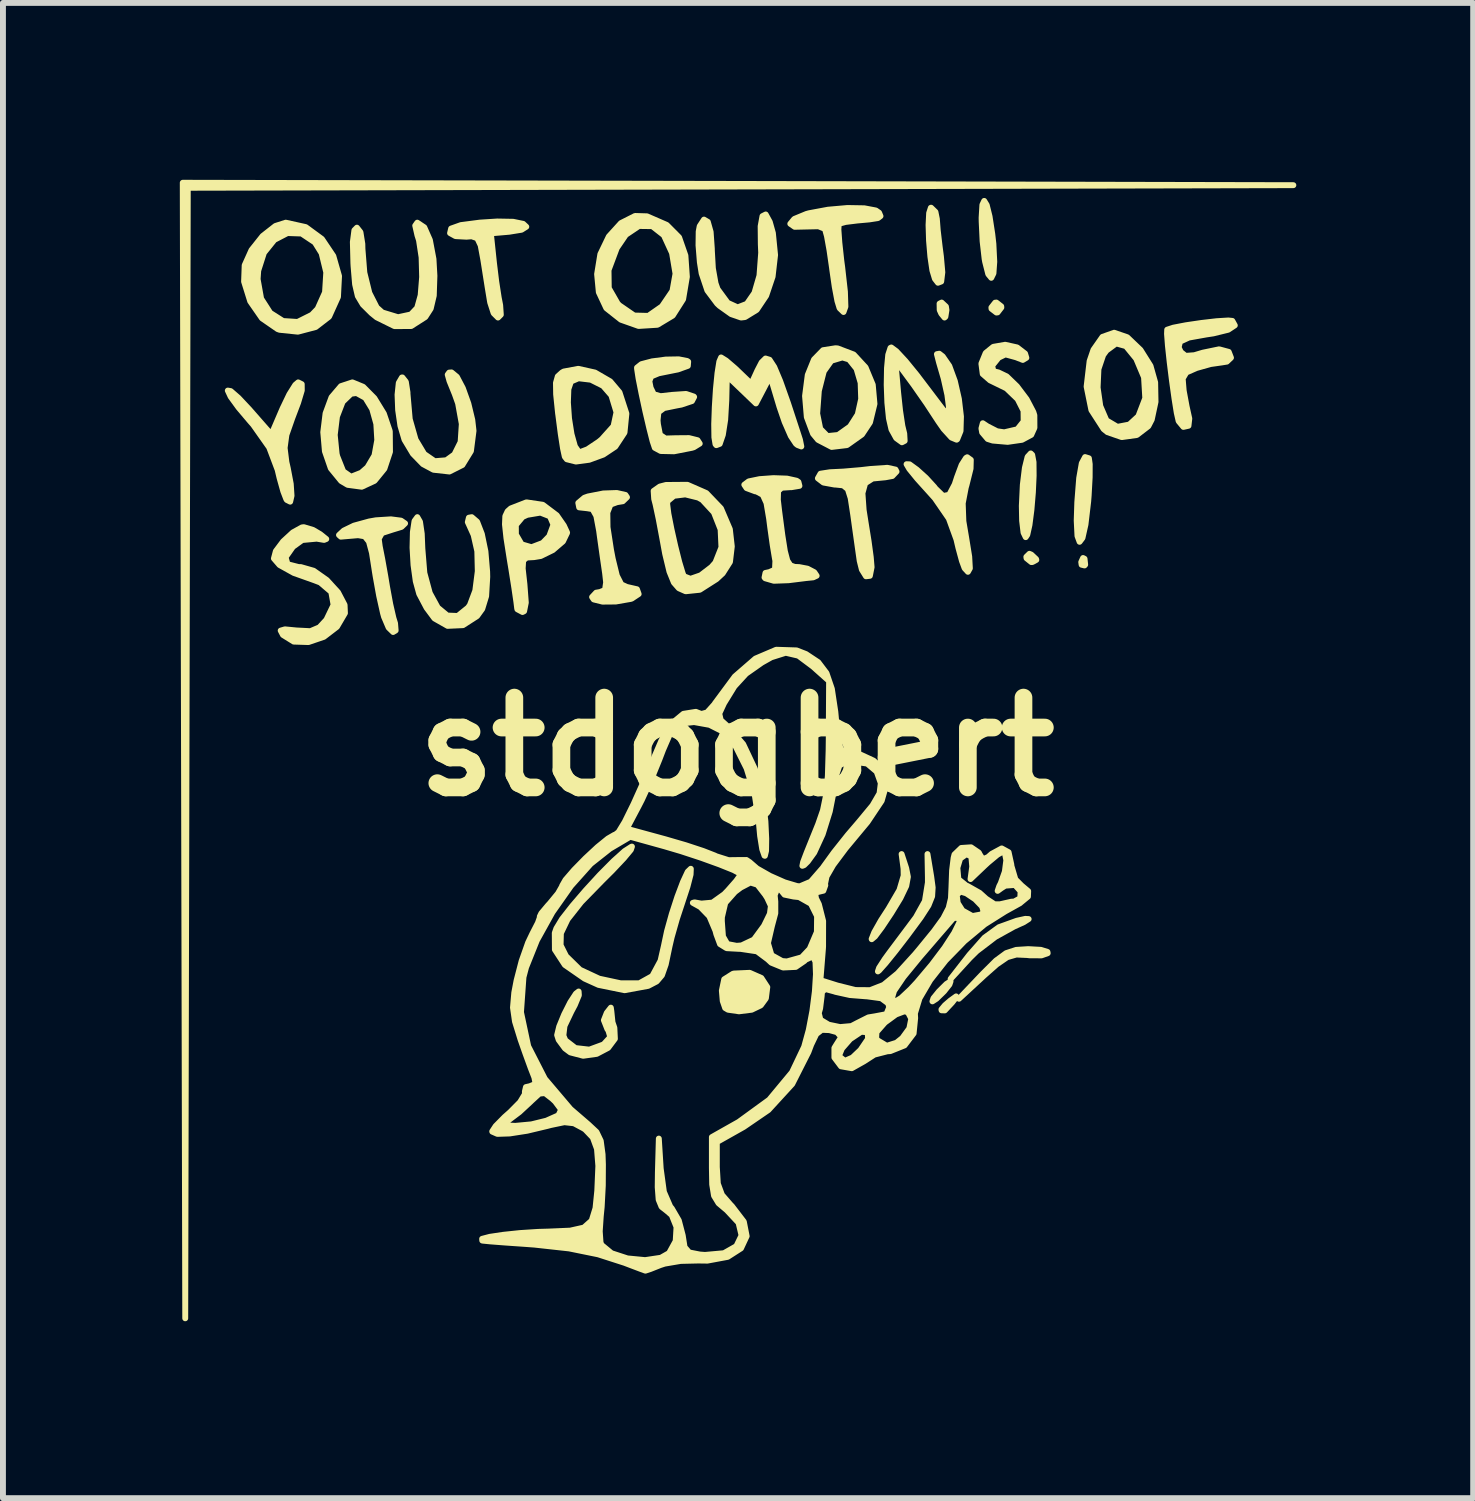
<source format=kicad_pcb>
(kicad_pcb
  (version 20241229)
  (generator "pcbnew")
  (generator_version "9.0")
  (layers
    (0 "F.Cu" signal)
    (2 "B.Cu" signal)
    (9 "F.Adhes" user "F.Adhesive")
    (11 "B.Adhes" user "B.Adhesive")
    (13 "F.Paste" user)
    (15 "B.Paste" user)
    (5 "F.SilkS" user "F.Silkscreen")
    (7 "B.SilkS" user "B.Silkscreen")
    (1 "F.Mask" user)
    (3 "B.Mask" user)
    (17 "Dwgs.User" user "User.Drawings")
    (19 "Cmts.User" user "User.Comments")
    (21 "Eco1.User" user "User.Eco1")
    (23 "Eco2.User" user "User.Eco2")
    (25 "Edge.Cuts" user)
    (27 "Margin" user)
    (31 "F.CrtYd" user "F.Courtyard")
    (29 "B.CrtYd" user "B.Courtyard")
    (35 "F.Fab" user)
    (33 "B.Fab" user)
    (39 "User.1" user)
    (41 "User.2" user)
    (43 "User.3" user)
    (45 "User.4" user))
  (footprint "stdogbert"
    (layer "F.Cu")
    (at 9.448 9.617)
    (property "Reference" "stdogbert" (at 0 0 0) (layer "F.SilkS") (effects (font (size 1.524 1.524) (thickness 0.3))))
    (attr through_hole)
    (fp_poly (pts (xy 5.909 -3.089) (xy 5.898 -3.076) (xy 5.848 -3.088) (xy 5.842 -3.133) (xy 5.873 -3.202) (xy 5.898 -3.189) (xy 5.909 -3.089)) (stroke (width 0.1) (type solid)) (fill yes) (layer "F.SilkS"))
    (fp_poly (pts (xy 3.556 -7.408) (xy 3.538 -7.295) (xy 3.523 -7.281) (xy 3.468 -7.348) (xy 3.441 -7.408) (xy 3.439 -7.517) (xy 3.474 -7.535) (xy 3.547 -7.467) (xy 3.556 -7.408)) (stroke (width 0.1) (type solid)) (fill yes) (layer "F.SilkS"))
    (fp_poly (pts (xy 3.625 3.979) (xy 3.607 4.032) (xy 3.514 4.149) (xy 3.386 4.274) (xy 3.318 4.318) (xy 3.335 4.265) (xy 3.429 4.149) (xy 3.556 4.023) (xy 3.625 3.979)) (stroke (width 0.1) (type solid)) (fill yes) (layer "F.SilkS"))
    (fp_poly (pts (xy 3.72 4.234) (xy 3.699 4.278) (xy 3.651 4.339) (xy 3.528 4.471) (xy 3.473 4.47) (xy 3.471 4.455) (xy 3.529 4.385) (xy 3.619 4.307) (xy 3.72 4.234)) (stroke (width 0.1) (type solid)) (fill yes) (layer "F.SilkS"))
    (fp_poly (pts (xy 4.487 -7.451) (xy 4.423 -7.368) (xy 4.403 -7.366) (xy 4.32 -7.43) (xy 4.318 -7.451) (xy 4.382 -7.533) (xy 4.403 -7.535) (xy 4.485 -7.471) (xy 4.487 -7.451)) (stroke (width 0.1) (type solid)) (fill yes) (layer "F.SilkS"))
    (fp_poly (pts (xy 5.08 -3.17) (xy 5.014 -3.134) (xy 4.995 -3.133) (xy 4.914 -3.198) (xy 4.911 -3.222) (xy 4.963 -3.273) (xy 4.995 -3.26) (xy 5.076 -3.184) (xy 5.08 -3.17)) (stroke (width 0.1) (type solid)) (fill yes) (layer "F.SilkS"))
    (fp_poly (pts (xy 9.44 -9.526) (xy 0.064 -9.504) (xy -9.313 -9.482) (xy -9.335 0.106) (xy -9.356 9.694) (xy -9.377 0.064) (xy -9.398 -9.567) (xy 0.021 -9.547) (xy 9.44 -9.526)) (stroke (width 0.1) (type solid)) (fill yes) (layer "F.SilkS"))
    (fp_poly (pts (xy 4.95 2.922) (xy 4.867 2.975) (xy 4.699 3.051) (xy 4.384 3.226) (xy 4.071 3.465) (xy 3.951 3.583) (xy 3.627 3.937) (xy 3.947 3.526) (xy 4.201 3.238) (xy 4.446 3.06) (xy 4.748 2.951) (xy 4.893 2.919) (xy 4.95 2.922)) (stroke (width 0.1) (type solid)) (fill yes) (layer "F.SilkS"))
    (fp_poly (pts (xy 0.517 4.076) (xy 0.493 4.267) (xy 0.406 4.386) (xy 0.252 4.46) (xy 0.037 4.487) (xy -0.149 4.46) (xy -0.198 4.431) (xy -0.239 4.312) (xy -0.254 4.136) (xy -0.214 3.944) (xy -0.067 3.851) (xy -0.048 3.846) (xy 0.219 3.834) (xy 0.416 3.921) (xy 0.517 4.076)) (stroke (width 0.1) (type solid)) (fill yes) (layer "F.SilkS"))
    (fp_poly (pts (xy 5.986 -4.794) (xy 5.985 -4.569) (xy 5.968 -4.261) (xy 5.96 -4.16) (xy 5.914 -3.77) (xy 5.863 -3.542) (xy 5.814 -3.477) (xy 5.778 -3.575) (xy 5.765 -3.837) (xy 5.775 -4.149) (xy 5.807 -4.558) (xy 5.851 -4.809) (xy 5.907 -4.914) (xy 5.972 -4.894) (xy 5.986 -4.794)) (stroke (width 0.1) (type solid)) (fill yes) (layer "F.SilkS"))
    (fp_poly (pts (xy 4.367 -8.227) (xy 4.353 -8.03) (xy 4.316 -7.955) (xy 4.265 -8.017) (xy 4.211 -8.23) (xy 4.203 -8.276) (xy 4.169 -8.574) (xy 4.153 -8.908) (xy 4.152 -8.975) (xy 4.165 -9.193) (xy 4.196 -9.259) (xy 4.239 -9.189) (xy 4.287 -8.996) (xy 4.333 -8.698) (xy 4.352 -8.53) (xy 4.367 -8.227)) (stroke (width 0.1) (type solid)) (fill yes) (layer "F.SilkS"))
    (fp_poly (pts (xy 5.035 -4.599) (xy 5.022 -4.313) (xy 4.997 -4.018) (xy 4.964 -3.763) (xy 4.927 -3.596) (xy 4.9 -3.556) (xy 4.863 -3.633) (xy 4.839 -3.834) (xy 4.834 -4.085) (xy 4.851 -4.444) (xy 4.886 -4.731) (xy 4.932 -4.918) (xy 4.985 -4.976) (xy 5.01 -4.952) (xy 5.033 -4.828) (xy 5.035 -4.599)) (stroke (width 0.1) (type solid)) (fill yes) (layer "F.SilkS"))
    (fp_poly (pts (xy 2.902 2.206) (xy 2.874 2.36) (xy 2.775 2.567) (xy 2.62 2.821) (xy 2.461 3.06) (xy 2.343 3.218) (xy 2.288 3.264) (xy 2.287 3.259) (xy 2.331 3.147) (xy 2.445 2.945) (xy 2.574 2.746) (xy 2.758 2.43) (xy 2.83 2.186) (xy 2.828 2.069) (xy 2.795 1.82) (xy 2.873 2.059) (xy 2.902 2.206)) (stroke (width 0.1) (type solid)) (fill yes) (layer "F.SilkS"))
    (fp_poly (pts (xy 3.486 -8.048) (xy 3.467 -7.892) (xy 3.412 -7.871) (xy 3.36 -7.938) (xy 3.317 -8.08) (xy 3.283 -8.314) (xy 3.26 -8.587) (xy 3.252 -8.85) (xy 3.262 -9.053) (xy 3.291 -9.143) (xy 3.295 -9.144) (xy 3.369 -9.072) (xy 3.393 -8.954) (xy 3.408 -8.76) (xy 3.441 -8.48) (xy 3.462 -8.319) (xy 3.486 -8.048)) (stroke (width 0.1) (type solid)) (fill yes) (layer "F.SilkS"))
    (fp_poly (pts (xy 5.273 3.501) (xy 5.169 3.538) (xy 4.967 3.537) (xy 4.922 3.532) (xy 4.741 3.524) (xy 4.586 3.569) (xy 4.407 3.692) (xy 4.191 3.883) (xy 3.768 4.274) (xy 4.168 3.854) (xy 4.396 3.627) (xy 4.569 3.5) (xy 4.738 3.445) (xy 4.943 3.432) (xy 5.157 3.444) (xy 5.269 3.479) (xy 5.273 3.501)) (stroke (width 0.1) (type solid)) (fill yes) (layer "F.SilkS"))
    (fp_poly (pts (xy 3.322 2.387) (xy 3.313 2.536) (xy 3.251 2.691) (xy 3.12 2.894) (xy 2.903 3.188) (xy 2.898 3.195) (xy 2.69 3.465) (xy 2.52 3.675) (xy 2.414 3.794) (xy 2.393 3.81) (xy 2.413 3.75) (xy 2.512 3.597) (xy 2.588 3.493) (xy 2.791 3.222) (xy 2.995 2.949) (xy 3.037 2.893) (xy 3.19 2.618) (xy 3.241 2.303) (xy 3.241 2.215) (xy 3.234 1.82) (xy 3.297 2.2) (xy 3.322 2.387)) (stroke (width 0.1) (type solid)) (fill yes) (layer "F.SilkS"))
    (fp_poly (pts (xy -3.571 -8.821) (xy -3.652 -8.77) (xy -3.862 -8.736) (xy -4.172 -8.709) (xy -4.119 -8.205) (xy -4.081 -7.892) (xy -4.039 -7.619) (xy -4.014 -7.491) (xy -4.003 -7.329) (xy -4.051 -7.281) (xy -4.125 -7.355) (xy -4.183 -7.535) (xy -4.187 -7.556) (xy -4.229 -7.811) (xy -4.279 -8.128) (xy -4.299 -8.255) (xy -4.345 -8.505) (xy -4.402 -8.626) (xy -4.497 -8.659) (xy -4.587 -8.652) (xy -4.772 -8.662) (xy -4.864 -8.713) (xy -4.846 -8.79) (xy -4.68 -8.849) (xy -4.358 -8.891) (xy -4.064 -8.91) (xy -3.794 -8.905) (xy -3.624 -8.87) (xy -3.571 -8.821)) (stroke (width 0.1) (type solid)) (fill yes) (layer "F.SilkS"))
    (fp_poly (pts (xy -7.379 -6.045) (xy -7.442 -5.835) (xy -7.54 -5.576) (xy -7.64 -5.29) (xy -7.67 -5.069) (xy -7.64 -4.828) (xy -7.617 -4.728) (xy -7.566 -4.459) (xy -7.553 -4.258) (xy -7.576 -4.158) (xy -7.633 -4.187) (xy -7.643 -4.203) (xy -7.693 -4.333) (xy -7.757 -4.563) (xy -7.789 -4.698) (xy -7.932 -5.078) (xy -8.202 -5.461) (xy -8.258 -5.525) (xy -8.45 -5.752) (xy -8.586 -5.939) (xy -8.634 -6.042) (xy -8.584 -6.033) (xy -8.453 -5.919) (xy -8.27 -5.724) (xy -8.264 -5.717) (xy -7.895 -5.296) (xy -7.705 -5.738) (xy -7.59 -5.978) (xy -7.489 -6.139) (xy -7.44 -6.181) (xy -7.38 -6.151) (xy -7.379 -6.045)) (stroke (width 0.1) (type solid)) (fill yes) (layer "F.SilkS"))
    (fp_poly (pts (xy -2.068 4.953) (xy -2.183 5.107) (xy -2.377 5.209) (xy -2.606 5.241) (xy -2.824 5.184) (xy -2.915 5.116) (xy -3.022 4.971) (xy -3.048 4.89) (xy -3.013 4.745) (xy -2.929 4.54) (xy -2.825 4.334) (xy -2.729 4.187) (xy -2.683 4.151) (xy -2.679 4.214) (xy -2.747 4.379) (xy -2.807 4.492) (xy -2.923 4.736) (xy -2.942 4.898) (xy -2.909 4.978) (xy -2.738 5.11) (xy -2.501 5.137) (xy -2.27 5.052) (xy -2.252 5.04) (xy -2.146 4.924) (xy -2.179 4.811) (xy -2.195 4.791) (xy -2.255 4.638) (xy -2.206 4.513) (xy -2.137 4.425) (xy -2.128 4.487) (xy -2.109 4.672) (xy -2.077 4.766) (xy -2.068 4.953)) (stroke (width 0.1) (type solid)) (fill yes) (layer "F.SilkS"))
    (fp_poly (pts (xy 3.969 -4.867) (xy 3.965 -4.718) (xy 3.896 -4.441) (xy 3.883 -4.396) (xy 3.832 -4.13) (xy 3.843 -3.826) (xy 3.889 -3.553) (xy 3.942 -3.226) (xy 3.953 -3.027) (xy 3.92 -2.968) (xy 3.864 -3.029) (xy 3.819 -3.151) (xy 3.758 -3.376) (xy 3.725 -3.517) (xy 3.596 -3.872) (xy 3.36 -4.215) (xy 3.256 -4.331) (xy 3.062 -4.546) (xy 2.926 -4.713) (xy 2.879 -4.793) (xy 2.93 -4.791) (xy 3.054 -4.701) (xy 3.208 -4.562) (xy 3.348 -4.409) (xy 3.369 -4.381) (xy 3.5 -4.254) (xy 3.603 -4.275) (xy 3.696 -4.452) (xy 3.735 -4.572) (xy 3.813 -4.782) (xy 3.888 -4.9) (xy 3.908 -4.911) (xy 3.969 -4.867)) (stroke (width 0.1) (type solid)) (fill yes) (layer "F.SilkS"))
    (fp_poly (pts (xy -5.627 -3.789) (xy -5.688 -3.73) (xy -5.839 -3.684) (xy -6.02 -3.625) (xy -6.074 -3.528) (xy -6.057 -3.4) (xy -6.015 -3.187) (xy -5.962 -2.89) (xy -5.932 -2.709) (xy -5.879 -2.421) (xy -5.825 -2.186) (xy -5.797 -2.095) (xy -5.787 -1.973) (xy -5.83 -1.947) (xy -5.906 -2.021) (xy -5.984 -2.204) (xy -6.001 -2.265) (xy -6.067 -2.562) (xy -6.127 -2.895) (xy -6.138 -2.963) (xy -6.189 -3.29) (xy -6.24 -3.481) (xy -6.311 -3.57) (xy -6.424 -3.589) (xy -6.542 -3.579) (xy -6.717 -3.564) (xy -6.748 -3.592) (xy -6.667 -3.667) (xy -6.494 -3.751) (xy -6.235 -3.822) (xy -6.121 -3.842) (xy -5.867 -3.858) (xy -5.695 -3.836) (xy -5.627 -3.789)) (stroke (width 0.1) (type solid)) (fill yes) (layer "F.SilkS"))
    (fp_poly (pts (xy 2.709 -4.668) (xy 2.638 -4.593) (xy 2.519 -4.571) (xy 2.302 -4.55) (xy 2.177 -4.47) (xy 2.131 -4.302) (xy 2.151 -4.017) (xy 2.183 -3.813) (xy 2.235 -3.49) (xy 2.272 -3.216) (xy 2.286 -3.048) (xy 2.286 -3.046) (xy 2.257 -2.9) (xy 2.191 -2.892) (xy 2.121 -3.005) (xy 2.084 -3.154) (xy 2.05 -3.393) (xy 2.005 -3.714) (xy 1.974 -3.937) (xy 1.931 -4.218) (xy 1.883 -4.37) (xy 1.805 -4.434) (xy 1.672 -4.448) (xy 1.657 -4.448) (xy 1.469 -4.482) (xy 1.375 -4.554) (xy 1.419 -4.632) (xy 1.58 -4.657) (xy 1.807 -4.668) (xy 2.11 -4.694) (xy 2.265 -4.712) (xy 2.553 -4.732) (xy 2.692 -4.702) (xy 2.709 -4.668)) (stroke (width 0.1) (type solid)) (fill yes) (layer "F.SilkS"))
    (fp_poly (pts (xy -0.847 -7.971) (xy -0.911 -7.591) (xy -1.04 -7.388) (xy -1.04 -8.024) (xy -1.099 -8.375) (xy -1.238 -8.677) (xy -1.435 -8.831) (xy -1.66 -8.834) (xy -1.883 -8.684) (xy -2.036 -8.459) (xy -2.176 -8.085) (xy -2.172 -7.78) (xy -2.023 -7.52) (xy -1.994 -7.489) (xy -1.741 -7.315) (xy -1.501 -7.309) (xy -1.27 -7.47) (xy -1.092 -7.732) (xy -1.04 -8.024) (xy -1.04 -7.388) (xy -1.087 -7.314) (xy -1.347 -7.158) (xy -1.666 -7.138) (xy -1.966 -7.244) (xy -2.214 -7.44) (xy -2.341 -7.711) (xy -2.37 -8.017) (xy -2.315 -8.356) (xy -2.171 -8.656) (xy -1.965 -8.883) (xy -1.726 -9.004) (xy -1.524 -8.998) (xy -1.189 -8.852) (xy -0.979 -8.641) (xy -0.872 -8.333) (xy -0.847 -7.971)) (stroke (width 0.1) (type solid)) (fill yes) (layer "F.SilkS"))
    (fp_poly (pts (xy 0.649 -8.341) (xy 0.607 -7.975) (xy 0.498 -7.652) (xy 0.337 -7.411) (xy 0.138 -7.289) (xy 0.072 -7.281) (xy -0.096 -7.339) (xy -0.294 -7.48) (xy -0.333 -7.517) (xy -0.5 -7.74) (xy -0.597 -8.03) (xy -0.627 -8.219) (xy -0.65 -8.506) (xy -0.647 -8.739) (xy -0.63 -8.83) (xy -0.557 -8.942) (xy -0.492 -8.904) (xy -0.444 -8.734) (xy -0.424 -8.451) (xy -0.423 -8.414) (xy -0.406 -8.115) (xy -0.361 -7.862) (xy -0.326 -7.763) (xy -0.156 -7.531) (xy 0.014 -7.453) (xy 0.171 -7.514) (xy 0.299 -7.699) (xy 0.384 -7.992) (xy 0.413 -8.38) (xy 0.407 -8.524) (xy 0.404 -8.83) (xy 0.435 -9.001) (xy 0.49 -9.029) (xy 0.559 -8.903) (xy 0.612 -8.714) (xy 0.649 -8.341)) (stroke (width 0.1) (type solid)) (fill yes) (layer "F.SilkS"))
    (fp_poly (pts (xy 2.335 -5.816) (xy 2.259 -5.503) (xy 2.123 -5.298) (xy 2.109 -5.288) (xy 2.109 -5.899) (xy 2.1 -6.174) (xy 2.03 -6.413) (xy 1.904 -6.57) (xy 1.79 -6.604) (xy 1.603 -6.548) (xy 1.475 -6.367) (xy 1.392 -6.04) (xy 1.391 -6.032) (xy 1.363 -5.652) (xy 1.415 -5.394) (xy 1.537 -5.27) (xy 1.719 -5.289) (xy 1.921 -5.433) (xy 2.051 -5.637) (xy 2.109 -5.899) (xy 2.109 -5.288) (xy 1.868 -5.117) (xy 1.608 -5.086) (xy 1.378 -5.206) (xy 1.293 -5.309) (xy 1.187 -5.592) (xy 1.157 -5.95) (xy 1.203 -6.307) (xy 1.309 -6.569) (xy 1.463 -6.727) (xy 1.674 -6.76) (xy 1.711 -6.757) (xy 1.982 -6.654) (xy 2.184 -6.435) (xy 2.306 -6.141) (xy 2.335 -5.816)) (stroke (width 0.1) (type solid)) (fill yes) (layer "F.SilkS"))
    (fp_poly (pts (xy 2.437 -9.001) (xy 2.394 -8.968) (xy 2.246 -8.945) (xy 2.046 -8.927) (xy 1.844 -8.902) (xy 1.732 -8.871) (xy 1.729 -8.869) (xy 1.723 -8.774) (xy 1.739 -8.554) (xy 1.772 -8.249) (xy 1.787 -8.137) (xy 1.834 -7.719) (xy 1.842 -7.465) (xy 1.81 -7.375) (xy 1.743 -7.44) (xy 1.706 -7.561) (xy 1.661 -7.801) (xy 1.617 -8.106) (xy 1.616 -8.117) (xy 1.572 -8.422) (xy 1.529 -8.661) (xy 1.495 -8.784) (xy 1.494 -8.785) (xy 1.385 -8.829) (xy 1.199 -8.825) (xy 0.981 -8.82) (xy 0.907 -8.871) (xy 0.975 -8.953) (xy 1.181 -9.038) (xy 1.224 -9.05) (xy 1.547 -9.11) (xy 1.876 -9.139) (xy 2.162 -9.134) (xy 2.358 -9.097) (xy 2.413 -9.059) (xy 2.437 -9.001)) (stroke (width 0.1) (type solid)) (fill yes) (layer "F.SilkS"))
    (fp_poly (pts (xy 7.102 -5.85) (xy 7.038 -5.55) (xy 6.98 -5.438) (xy 6.928 -5.398) (xy 6.928 -5.913) (xy 6.907 -6.267) (xy 6.774 -6.583) (xy 6.6 -6.796) (xy 6.434 -6.842) (xy 6.27 -6.721) (xy 6.214 -6.644) (xy 6.134 -6.407) (xy 6.12 -6.094) (xy 6.165 -5.78) (xy 6.266 -5.545) (xy 6.276 -5.533) (xy 6.455 -5.427) (xy 6.658 -5.466) (xy 6.811 -5.607) (xy 6.928 -5.913) (xy 6.928 -5.398) (xy 6.784 -5.288) (xy 6.529 -5.253) (xy 6.286 -5.337) (xy 6.222 -5.389) (xy 6.014 -5.711) (xy 5.933 -6.11) (xy 5.984 -6.543) (xy 6.049 -6.734) (xy 6.202 -6.953) (xy 6.4 -7.023) (xy 6.622 -6.947) (xy 6.847 -6.732) (xy 7.017 -6.461) (xy 7.096 -6.181) (xy 7.102 -5.85)) (stroke (width 0.1) (type solid)) (fill yes) (layer "F.SilkS"))
    (fp_poly (pts (xy -5.129 -7.989) (xy -5.14 -7.653) (xy -5.192 -7.433) (xy -5.284 -7.29) (xy -5.523 -7.137) (xy -5.806 -7.135) (xy -6.108 -7.284) (xy -6.197 -7.356) (xy -6.343 -7.501) (xy -6.429 -7.645) (xy -6.475 -7.844) (xy -6.501 -8.151) (xy -6.504 -8.203) (xy -6.513 -8.563) (xy -6.487 -8.761) (xy -6.444 -8.805) (xy -6.384 -8.729) (xy -6.352 -8.53) (xy -6.35 -8.445) (xy -6.318 -8.043) (xy -6.233 -7.698) (xy -6.108 -7.452) (xy -6.013 -7.367) (xy -5.747 -7.286) (xy -5.528 -7.333) (xy -5.422 -7.445) (xy -5.363 -7.658) (xy -5.338 -7.967) (xy -5.347 -8.302) (xy -5.391 -8.591) (xy -5.417 -8.673) (xy -5.455 -8.84) (xy -5.42 -8.89) (xy -5.301 -8.811) (xy -5.206 -8.595) (xy -5.145 -8.273) (xy -5.129 -7.989)) (stroke (width 0.1) (type solid)) (fill yes) (layer "F.SilkS"))
    (fp_poly (pts (xy -4.466 -5.36) (xy -4.51 -5.016) (xy -4.655 -4.78) (xy -4.875 -4.669) (xy -5.145 -4.699) (xy -5.324 -4.795) (xy -5.494 -4.97) (xy -5.635 -5.205) (xy -5.639 -5.215) (xy -5.706 -5.443) (xy -5.745 -5.712) (xy -5.755 -5.972) (xy -5.734 -6.173) (xy -5.681 -6.264) (xy -5.673 -6.265) (xy -5.614 -6.191) (xy -5.586 -6.011) (xy -5.586 -5.99) (xy -5.548 -5.558) (xy -5.449 -5.211) (xy -5.303 -4.967) (xy -5.125 -4.844) (xy -4.927 -4.86) (xy -4.79 -4.959) (xy -4.685 -5.17) (xy -4.665 -5.476) (xy -4.728 -5.825) (xy -4.784 -5.982) (xy -4.874 -6.204) (xy -4.904 -6.312) (xy -4.879 -6.347) (xy -4.839 -6.35) (xy -4.748 -6.275) (xy -4.647 -6.083) (xy -4.554 -5.823) (xy -4.487 -5.545) (xy -4.466 -5.36)) (stroke (width 0.1) (type solid)) (fill yes) (layer "F.SilkS"))
    (fp_poly (pts (xy -5.883 -5.003) (xy -5.978 -4.717) (xy -6.099 -4.568) (xy -6.099 -5.201) (xy -6.115 -5.477) (xy -6.185 -5.729) (xy -6.3 -5.918) (xy -6.45 -6.001) (xy -6.544 -5.988) (xy -6.686 -5.851) (xy -6.782 -5.602) (xy -6.82 -5.29) (xy -6.788 -4.97) (xy -6.778 -4.928) (xy -6.676 -4.672) (xy -6.544 -4.58) (xy -6.371 -4.648) (xy -6.265 -4.741) (xy -6.146 -4.942) (xy -6.099 -5.201) (xy -6.099 -4.568) (xy -6.146 -4.511) (xy -6.362 -4.411) (xy -6.601 -4.443) (xy -6.711 -4.508) (xy -6.887 -4.723) (xy -6.987 -5.012) (xy -7.015 -5.336) (xy -6.976 -5.655) (xy -6.875 -5.929) (xy -6.715 -6.117) (xy -6.521 -6.181) (xy -6.338 -6.106) (xy -6.148 -5.914) (xy -5.987 -5.651) (xy -5.889 -5.362) (xy -5.886 -5.345) (xy -5.883 -5.003)) (stroke (width 0.1) (type solid)) (fill yes) (layer "F.SilkS"))
    (fp_poly (pts (xy 1.094 -5.094) (xy 1.031 -5.118) (xy 1.003 -5.14) (xy 0.916 -5.271) (xy 0.811 -5.511) (xy 0.724 -5.765) (xy 0.567 -6.289) (xy 0.446 -6.057) (xy 0.324 -5.824) (xy 0.077 -6.061) (xy -0.169 -6.297) (xy -0.178 -5.879) (xy -0.197 -5.549) (xy -0.237 -5.292) (xy -0.29 -5.138) (xy -0.348 -5.116) (xy -0.362 -5.133) (xy -0.381 -5.249) (xy -0.384 -5.475) (xy -0.374 -5.762) (xy -0.355 -6.066) (xy -0.328 -6.339) (xy -0.297 -6.534) (xy -0.267 -6.604) (xy -0.182 -6.551) (xy -0.029 -6.42) (xy 0.013 -6.38) (xy 0.246 -6.156) (xy 0.349 -6.382) (xy 0.421 -6.521) (xy 0.487 -6.586) (xy 0.555 -6.565) (xy 0.635 -6.442) (xy 0.736 -6.202) (xy 0.867 -5.832) (xy 1.036 -5.317) (xy 1.071 -5.208) (xy 1.094 -5.094)) (stroke (width 0.1) (type solid)) (fill yes) (layer "F.SilkS"))
    (fp_poly (pts (xy -6.747 -7.985) (xy -6.765 -7.631) (xy -6.914 -7.301) (xy -6.922 -7.291) (xy -6.964 -7.259) (xy -6.964 -8.047) (xy -7.043 -8.372) (xy -7.157 -8.555) (xy -7.383 -8.706) (xy -7.622 -8.714) (xy -7.845 -8.598) (xy -8.021 -8.379) (xy -8.118 -8.076) (xy -8.128 -7.932) (xy -8.069 -7.602) (xy -7.914 -7.36) (xy -7.697 -7.222) (xy -7.45 -7.206) (xy -7.208 -7.327) (xy -7.11 -7.429) (xy -6.985 -7.708) (xy -6.964 -8.047) (xy -6.964 -7.259) (xy -7.144 -7.12) (xy -7.445 -7.041) (xy -7.755 -7.073) (xy -7.789 -7.085) (xy -8.054 -7.268) (xy -8.254 -7.556) (xy -8.358 -7.89) (xy -8.348 -8.168) (xy -8.232 -8.426) (xy -8.043 -8.664) (xy -7.826 -8.834) (xy -7.651 -8.89) (xy -7.312 -8.815) (xy -7.038 -8.614) (xy -6.844 -8.325) (xy -6.747 -7.985)) (stroke (width 0.1) (type solid)) (fill yes) (layer "F.SilkS"))
    (fp_poly (pts (xy -4.233 -2.882) (xy -4.252 -2.555) (xy -4.318 -2.339) (xy -4.406 -2.217) (xy -4.645 -2.063) (xy -4.906 -2.051) (xy -5.128 -2.177) (xy -5.262 -2.357) (xy -5.386 -2.592) (xy -5.388 -2.597) (xy -5.446 -2.808) (xy -5.484 -3.083) (xy -5.501 -3.377) (xy -5.495 -3.642) (xy -5.467 -3.83) (xy -5.419 -3.895) (xy -5.374 -3.817) (xy -5.344 -3.613) (xy -5.334 -3.365) (xy -5.3 -2.949) (xy -5.208 -2.608) (xy -5.073 -2.361) (xy -4.91 -2.226) (xy -4.733 -2.219) (xy -4.559 -2.36) (xy -4.527 -2.405) (xy -4.436 -2.648) (xy -4.394 -2.977) (xy -4.402 -3.318) (xy -4.464 -3.592) (xy -4.482 -3.632) (xy -4.563 -3.811) (xy -4.545 -3.886) (xy -4.496 -3.895) (xy -4.405 -3.817) (xy -4.325 -3.61) (xy -4.264 -3.315) (xy -4.235 -2.971) (xy -4.233 -2.882)) (stroke (width 0.1) (type solid)) (fill yes) (layer "F.SilkS"))
    (fp_poly (pts (xy -1.665 -2.591) (xy -1.782 -2.514) (xy -1.8 -2.508) (xy -2.052 -2.464) (xy -2.278 -2.462) (xy -2.427 -2.499) (xy -2.455 -2.54) (xy -2.386 -2.614) (xy -2.321 -2.625) (xy -2.236 -2.659) (xy -2.217 -2.789) (xy -2.234 -2.942) (xy -2.276 -3.232) (xy -2.323 -3.567) (xy -2.336 -3.665) (xy -2.383 -3.916) (xy -2.447 -4.031) (xy -2.537 -4.046) (xy -2.674 -4.061) (xy -2.689 -4.137) (xy -2.586 -4.224) (xy -2.524 -4.246) (xy -2.264 -4.297) (xy -2.036 -4.305) (xy -1.889 -4.272) (xy -1.863 -4.233) (xy -1.934 -4.165) (xy -2.032 -4.149) (xy -2.143 -4.108) (xy -2.196 -3.973) (xy -2.193 -3.724) (xy -2.134 -3.34) (xy -2.105 -3.189) (xy -2.035 -2.903) (xy -1.959 -2.754) (xy -1.861 -2.709) (xy -1.856 -2.709) (xy -1.694 -2.672) (xy -1.665 -2.591)) (stroke (width 0.1) (type solid)) (fill yes) (layer "F.SilkS"))
    (fp_poly (pts (xy -6.647 -2.267) (xy -6.783 -2.035) (xy -7.005 -1.865) (xy -7.266 -1.776) (xy -7.516 -1.784) (xy -7.698 -1.897) (xy -7.737 -1.971) (xy -7.665 -1.992) (xy -7.468 -1.973) (xy -7.233 -1.961) (xy -7.08 -2.026) (xy -6.961 -2.155) (xy -6.84 -2.407) (xy -6.879 -2.627) (xy -7.067 -2.787) (xy -7.164 -2.824) (xy -7.515 -2.949) (xy -7.756 -3.083) (xy -7.852 -3.194) (xy -7.819 -3.319) (xy -7.695 -3.484) (xy -7.53 -3.636) (xy -7.377 -3.721) (xy -7.344 -3.725) (xy -7.188 -3.678) (xy -7.066 -3.606) (xy -6.964 -3.524) (xy -7.001 -3.509) (xy -7.126 -3.53) (xy -7.371 -3.507) (xy -7.53 -3.392) (xy -7.654 -3.215) (xy -7.621 -3.097) (xy -7.434 -3.049) (xy -7.395 -3.048) (xy -7.178 -2.986) (xy -6.954 -2.828) (xy -6.765 -2.621) (xy -6.653 -2.407) (xy -6.647 -2.267)) (stroke (width 0.1) (type solid)) (fill yes) (layer "F.SilkS"))
    (fp_poly (pts (xy 5.048 -5.411) (xy 4.994 -5.291) (xy 4.837 -5.207) (xy 4.594 -5.172) (xy 4.341 -5.194) (xy 4.255 -5.221) (xy 4.161 -5.332) (xy 4.149 -5.4) (xy 4.172 -5.488) (xy 4.25 -5.436) (xy 4.414 -5.352) (xy 4.536 -5.334) (xy 4.759 -5.386) (xy 4.865 -5.519) (xy 4.863 -5.7) (xy 4.763 -5.898) (xy 4.573 -6.08) (xy 4.303 -6.212) (xy 4.297 -6.214) (xy 4.171 -6.324) (xy 4.148 -6.5) (xy 4.221 -6.679) (xy 4.35 -6.784) (xy 4.552 -6.819) (xy 4.754 -6.774) (xy 4.889 -6.67) (xy 4.911 -6.598) (xy 4.851 -6.562) (xy 4.736 -6.607) (xy 4.556 -6.656) (xy 4.44 -6.6) (xy 4.33 -6.463) (xy 4.353 -6.37) (xy 4.437 -6.35) (xy 4.577 -6.283) (xy 4.751 -6.115) (xy 4.916 -5.896) (xy 5.03 -5.678) (xy 5.047 -5.623) (xy 5.048 -5.411)) (stroke (width 0.1) (type solid)) (fill yes) (layer "F.SilkS"))
    (fp_poly (pts (xy -1.873 -5.652) (xy -1.905 -5.33) (xy -2.041 -5.123) (xy -2.041 -5.674) (xy -2.128 -5.961) (xy -2.268 -6.122) (xy -2.475 -6.226) (xy -2.685 -6.251) (xy -2.813 -6.196) (xy -2.857 -6.067) (xy -2.865 -5.841) (xy -2.846 -5.569) (xy -2.804 -5.304) (xy -2.746 -5.096) (xy -2.678 -4.997) (xy -2.667 -4.995) (xy -2.533 -5.046) (xy -2.343 -5.173) (xy -2.292 -5.215) (xy -2.091 -5.439) (xy -2.041 -5.674) (xy -2.041 -5.123) (xy -2.062 -5.091) (xy -2.265 -4.956) (xy -2.505 -4.868) (xy -2.729 -4.838) (xy -2.884 -4.877) (xy -2.918 -4.921) (xy -2.948 -5.059) (xy -2.987 -5.312) (xy -3.028 -5.629) (xy -3.032 -5.656) (xy -3.065 -5.978) (xy -3.068 -6.173) (xy -3.037 -6.283) (xy -2.965 -6.348) (xy -2.936 -6.365) (xy -2.69 -6.411) (xy -2.406 -6.348) (xy -2.147 -6.198) (xy -1.99 -6.012) (xy -1.873 -5.652)) (stroke (width 0.1) (type solid)) (fill yes) (layer "F.SilkS"))
    (fp_poly (pts (xy 8.447 -7.148) (xy 8.335 -7.074) (xy 8.083 -7.012) (xy 7.964 -6.994) (xy 7.667 -6.941) (xy 7.517 -6.872) (xy 7.494 -6.774) (xy 7.531 -6.696) (xy 7.612 -6.631) (xy 7.761 -6.642) (xy 7.905 -6.685) (xy 8.181 -6.742) (xy 8.344 -6.698) (xy 8.382 -6.599) (xy 8.312 -6.533) (xy 8.225 -6.519) (xy 8.036 -6.492) (xy 7.801 -6.426) (xy 7.8 -6.426) (xy 7.624 -6.349) (xy 7.563 -6.245) (xy 7.579 -6.048) (xy 7.583 -6.023) (xy 7.629 -5.775) (xy 7.672 -5.58) (xy 7.675 -5.567) (xy 7.661 -5.445) (xy 7.575 -5.426) (xy 7.494 -5.524) (xy 7.462 -5.665) (xy 7.423 -5.91) (xy 7.381 -6.212) (xy 7.342 -6.526) (xy 7.312 -6.805) (xy 7.297 -7.004) (xy 7.3 -7.075) (xy 7.404 -7.109) (xy 7.617 -7.15) (xy 7.882 -7.189) (xy 8.141 -7.219) (xy 8.336 -7.231) (xy 8.405 -7.224) (xy 8.447 -7.148)) (stroke (width 0.1) (type solid)) (fill yes) (layer "F.SilkS"))
    (fp_poly (pts (xy -0.085 -3.398) (xy -0.116 -3.136) (xy -0.24 -2.941) (xy -0.261 -2.922) (xy -0.261 -3.383) (xy -0.275 -3.687) (xy -0.389 -3.976) (xy -0.586 -4.189) (xy -0.654 -4.227) (xy -0.873 -4.281) (xy -1.066 -4.257) (xy -1.175 -4.166) (xy -1.182 -4.122) (xy -1.161 -3.955) (xy -1.11 -3.696) (xy -1.044 -3.402) (xy -0.976 -3.132) (xy -0.918 -2.941) (xy -0.897 -2.892) (xy -0.786 -2.849) (xy -0.613 -2.909) (xy -0.43 -3.049) (xy -0.363 -3.125) (xy -0.261 -3.383) (xy -0.261 -2.922) (xy -0.345 -2.844) (xy -0.629 -2.663) (xy -0.868 -2.638) (xy -0.983 -2.689) (xy -1.068 -2.786) (xy -1.143 -2.971) (xy -1.216 -3.275) (xy -1.27 -3.569) (xy -1.325 -3.862) (xy -1.378 -4.111) (xy -1.402 -4.204) (xy -1.411 -4.34) (xy -1.306 -4.414) (xy -1.202 -4.441) (xy -0.838 -4.444) (xy -0.518 -4.304) (xy -0.269 -4.044) (xy -0.118 -3.69) (xy -0.085 -3.398)) (stroke (width 0.1) (type solid)) (fill yes) (layer "F.SilkS"))
    (fp_poly (pts (xy 1.354 -2.901) (xy 1.296 -2.874) (xy 1.175 -2.862) (xy 0.957 -2.835) (xy 0.877 -2.825) (xy 0.628 -2.816) (xy 0.482 -2.858) (xy 0.47 -2.872) (xy 0.486 -2.949) (xy 0.552 -2.963) (xy 0.647 -3.005) (xy 0.654 -3.154) (xy 0.646 -3.196) (xy 0.609 -3.419) (xy 0.567 -3.719) (xy 0.548 -3.869) (xy 0.503 -4.135) (xy 0.44 -4.274) (xy 0.336 -4.33) (xy 0.31 -4.334) (xy 0.165 -4.388) (xy 0.127 -4.445) (xy 0.202 -4.502) (xy 0.386 -4.54) (xy 0.622 -4.557) (xy 0.851 -4.549) (xy 1.014 -4.513) (xy 1.045 -4.492) (xy 1.062 -4.426) (xy 0.925 -4.403) (xy 0.901 -4.403) (xy 0.761 -4.394) (xy 0.7 -4.338) (xy 0.696 -4.19) (xy 0.718 -4) (xy 0.772 -3.59) (xy 0.815 -3.318) (xy 0.857 -3.157) (xy 0.909 -3.077) (xy 0.982 -3.051) (xy 1.057 -3.048) (xy 1.199 -3.021) (xy 1.314 -2.961) (xy 1.354 -2.901)) (stroke (width 0.1) (type solid)) (fill yes) (layer "F.SilkS"))
    (fp_poly (pts (xy -2.879 -3.629) (xy -2.949 -3.484) (xy -3.11 -3.346) (xy -3.11 -3.767) (xy -3.17 -3.909) (xy -3.331 -3.972) (xy -3.557 -3.934) (xy -3.635 -3.898) (xy -3.748 -3.762) (xy -3.747 -3.601) (xy -3.65 -3.434) (xy -3.482 -3.385) (xy -3.293 -3.457) (xy -3.182 -3.571) (xy -3.11 -3.767) (xy -3.11 -3.346) (xy -3.12 -3.337) (xy -3.326 -3.236) (xy -3.439 -3.217) (xy -3.564 -3.21) (xy -3.624 -3.159) (xy -3.632 -3.024) (xy -3.603 -2.763) (xy -3.602 -2.752) (xy -3.579 -2.445) (xy -3.608 -2.3) (xy -3.635 -2.286) (xy -3.722 -2.332) (xy -3.726 -2.349) (xy -3.739 -2.456) (xy -3.773 -2.689) (xy -3.823 -3.006) (xy -3.851 -3.175) (xy -3.908 -3.539) (xy -3.933 -3.772) (xy -3.927 -3.912) (xy -3.888 -3.995) (xy -3.834 -4.043) (xy -3.569 -4.146) (xy -3.291 -4.105) (xy -3.056 -3.928) (xy -3.054 -3.926) (xy -2.934 -3.753) (xy -2.879 -3.634) (xy -2.879 -3.629)) (stroke (width 0.1) (type solid)) (fill yes) (layer "F.SilkS"))
    (fp_poly (pts (xy -0.629 -5.143) (xy -0.73 -5.081) (xy -0.763 -5.071) (xy -1.065 -5.012) (xy -1.291 -5.017) (xy -1.391 -5.071) (xy -1.428 -5.181) (xy -1.485 -5.406) (xy -1.552 -5.693) (xy -1.616 -5.991) (xy -1.667 -6.248) (xy -1.692 -6.411) (xy -1.693 -6.431) (xy -1.619 -6.49) (xy -1.436 -6.538) (xy -1.205 -6.568) (xy -0.986 -6.572) (xy -0.842 -6.544) (xy -0.825 -6.532) (xy -0.831 -6.461) (xy -1.002 -6.4) (xy -1.068 -6.387) (xy -1.326 -6.335) (xy -1.453 -6.282) (xy -1.484 -6.201) (xy -1.462 -6.09) (xy -1.408 -5.979) (xy -1.293 -5.947) (xy -1.098 -5.969) (xy -0.861 -5.985) (xy -0.73 -5.941) (xy -0.724 -5.934) (xy -0.761 -5.864) (xy -0.941 -5.804) (xy -1.017 -5.79) (xy -1.236 -5.745) (xy -1.33 -5.675) (xy -1.344 -5.537) (xy -1.338 -5.471) (xy -1.303 -5.291) (xy -1.21 -5.229) (xy -1.039 -5.234) (xy -0.811 -5.236) (xy -0.666 -5.2) (xy -0.629 -5.143)) (stroke (width 0.1) (type solid)) (fill yes) (layer "F.SilkS"))
    (fp_poly (pts (xy 3.802 -5.602) (xy 3.795 -5.357) (xy 3.738 -5.216) (xy 3.728 -5.209) (xy 3.641 -5.245) (xy 3.508 -5.391) (xy 3.42 -5.517) (xy 3.22 -5.822) (xy 2.999 -6.139) (xy 2.94 -6.219) (xy 2.687 -6.562) (xy 2.736 -6.01) (xy 2.769 -5.701) (xy 2.808 -5.444) (xy 2.84 -5.312) (xy 2.847 -5.189) (xy 2.801 -5.165) (xy 2.704 -5.235) (xy 2.623 -5.382) (xy 2.58 -5.57) (xy 2.553 -5.837) (xy 2.542 -6.138) (xy 2.547 -6.424) (xy 2.568 -6.649) (xy 2.606 -6.766) (xy 2.62 -6.773) (xy 2.705 -6.71) (xy 2.86 -6.543) (xy 3.054 -6.305) (xy 3.1 -6.244) (xy 3.293 -5.99) (xy 3.442 -5.793) (xy 3.523 -5.687) (xy 3.529 -5.68) (xy 3.585 -5.654) (xy 3.598 -5.761) (xy 3.571 -5.97) (xy 3.508 -6.251) (xy 3.43 -6.519) (xy 3.394 -6.66) (xy 3.434 -6.667) (xy 3.492 -6.622) (xy 3.604 -6.46) (xy 3.698 -6.203) (xy 3.767 -5.9) (xy 3.802 -5.602)) (stroke (width 0.1) (type solid)) (fill yes) (layer "F.SilkS"))
    (fp_poly (pts (xy -0.78 2.07) (xy -0.784 2.166) (xy -0.837 2.372) (xy -0.912 2.601) (xy -1.018 2.923) (xy -1.105 3.229) (xy -1.142 3.387) (xy -1.206 3.692) (xy -1.27 3.875) (xy -1.359 3.98) (xy -1.497 4.052) (xy -1.506 4.056) (xy -1.904 4.129) (xy -2.345 4.039) (xy -2.582 3.932) (xy -2.917 3.7) (xy -3.086 3.441) (xy -3.088 3.158) (xy -3.061 3.081) (xy -2.965 2.922) (xy -2.789 2.697) (xy -2.565 2.436) (xy -2.323 2.172) (xy -2.092 1.939) (xy -1.903 1.769) (xy -1.786 1.694) (xy -1.779 1.693) (xy -1.797 1.747) (xy -1.918 1.892) (xy -2.118 2.104) (xy -2.28 2.265) (xy -2.64 2.634) (xy -2.871 2.927) (xy -2.984 3.163) (xy -2.989 3.365) (xy -2.896 3.551) (xy -2.66 3.782) (xy -2.336 3.933) (xy -1.969 4.012) (xy -1.653 4.011) (xy -1.434 3.889) (xy -1.294 3.629) (xy -1.237 3.378) (xy -1.184 3.128) (xy -1.103 2.836) (xy -1.008 2.543) (xy -0.913 2.291) (xy -0.833 2.119) (xy -0.781 2.069) (xy -0.78 2.07)) (stroke (width 0.1) (type solid)) (fill yes) (layer "F.SilkS"))
    (fp_poly (pts (xy 4.942 2.448) (xy 4.938 2.541) (xy 4.813 2.644) (xy 4.813 2.45) (xy 4.722 2.349) (xy 4.709 2.344) (xy 4.553 2.356) (xy 4.487 2.398) (xy 4.424 2.444) (xy 4.451 2.365) (xy 4.477 2.313) (xy 4.546 2.118) (xy 4.571 1.925) (xy 4.546 1.798) (xy 4.513 1.778) (xy 4.42 1.831) (xy 4.26 1.964) (xy 4.209 2.011) (xy 3.964 2.244) (xy 3.993 2.032) (xy 3.978 1.862) (xy 3.895 1.82) (xy 3.788 1.896) (xy 3.741 2.053) (xy 3.758 2.246) (xy 3.891 2.353) (xy 3.914 2.362) (xy 4.119 2.478) (xy 4.229 2.577) (xy 4.372 2.671) (xy 4.465 2.671) (xy 4.656 2.628) (xy 4.706 2.625) (xy 4.808 2.568) (xy 4.813 2.45) (xy 4.813 2.644) (xy 4.803 2.653) (xy 4.551 2.793) (xy 4.204 3.012) (xy 4.187 3.026) (xy 4.187 2.8) (xy 4.16 2.708) (xy 4.042 2.586) (xy 3.893 2.486) (xy 3.791 2.455) (xy 3.73 2.516) (xy 3.747 2.65) (xy 3.827 2.777) (xy 3.996 2.871) (xy 4.148 2.843) (xy 4.187 2.8) (xy 4.187 3.026) (xy 3.859 3.299) (xy 3.779 3.382) (xy 3.779 2.904) (xy 3.683 2.902) (xy 3.655 2.927) (xy 3.572 3.024) (xy 3.408 3.214) (xy 3.194 3.463) (xy 3.106 3.565) (xy 2.826 3.907) (xy 2.667 4.142) (xy 2.627 4.277) (xy 2.695 4.318) (xy 2.788 4.26) (xy 2.947 4.111) (xy 3.055 3.995) (xy 3.306 3.697) (xy 3.524 3.408) (xy 3.687 3.157) (xy 3.776 2.977) (xy 3.779 2.904) (xy 3.779 3.382) (xy 3.543 3.624) (xy 3.281 3.957) (xy 3.099 4.267) (xy 3.021 4.523) (xy 3.025 4.602) (xy 2.999 4.862) (xy 2.959 4.915) (xy 2.959 4.612) (xy 2.903 4.503) (xy 2.841 4.487) (xy 2.698 4.541) (xy 2.585 4.624) (xy 2.585 4.418) (xy 2.567 4.352) (xy 2.45 4.266) (xy 2.208 4.233) (xy 2.198 4.233) (xy 1.919 4.211) (xy 1.674 4.157) (xy 1.657 4.151) (xy 1.499 4.108) (xy 1.444 4.162) (xy 1.439 4.229) (xy 1.413 4.438) (xy 1.39 4.518) (xy 1.418 4.63) (xy 1.558 4.714) (xy 1.752 4.754) (xy 1.943 4.737) (xy 2.039 4.687) (xy 2.232 4.59) (xy 2.342 4.572) (xy 2.537 4.535) (xy 2.585 4.418) (xy 2.585 4.624) (xy 2.519 4.672) (xy 2.505 4.685) (xy 2.369 4.84) (xy 2.363 4.947) (xy 2.39 4.981) (xy 2.543 5.072) (xy 2.708 5.02) (xy 2.808 4.94) (xy 2.926 4.777) (xy 2.959 4.612) (xy 2.959 4.915) (xy 2.845 5.065) (xy 2.603 5.162) (xy 2.554 5.165) (xy 2.333 5.222) (xy 2.226 5.291) (xy 2.226 4.954) (xy 2.22 4.842) (xy 2.109 4.834) (xy 1.921 4.96) (xy 1.921 4.961) (xy 1.783 5.119) (xy 1.734 5.238) (xy 1.739 5.254) (xy 1.832 5.328) (xy 1.962 5.271) (xy 2.098 5.142) (xy 2.226 4.954) (xy 2.226 5.291) (xy 2.156 5.336) (xy 1.95 5.452) (xy 1.767 5.42) (xy 1.655 5.271) (xy 1.655 5.108) (xy 1.691 5.049) (xy 1.772 4.922) (xy 1.699 4.841) (xy 1.57 4.806) (xy 1.441 4.801) (xy 1.361 4.863) (xy 1.361 2.873) (xy 1.257 2.663) (xy 1.057 2.55) (xy 0.963 2.54) (xy 0.809 2.508) (xy 0.762 2.45) (xy 0.711 2.397) (xy 0.685 2.408) (xy 0.642 2.518) (xy 0.653 2.625) (xy 0.653 2.824) (xy 0.595 3.042) (xy 0.578 3.115) (xy 0.578 2.699) (xy 0.515 2.563) (xy 0.48 2.508) (xy 0.35 2.34) (xy 0.23 2.302) (xy 0.066 2.388) (xy -0.031 2.461) (xy -0.196 2.647) (xy -0.253 2.891) (xy -0.254 2.955) (xy -0.235 3.217) (xy -0.161 3.346) (xy -0.003 3.376) (xy 0.081 3.369) (xy 0.29 3.27) (xy 0.461 3.037) (xy 0.561 2.832) (xy 0.578 2.699) (xy 0.578 3.115) (xy 0.528 3.331) (xy 0.588 3.534) (xy 0.768 3.634) (xy 0.85 3.641) (xy 1.101 3.571) (xy 1.236 3.428) (xy 1.358 3.141) (xy 1.361 2.873) (xy 1.361 4.863) (xy 1.349 4.872) (xy 1.342 4.885) (xy 1.342 3.858) (xy 1.334 3.647) (xy 1.293 3.557) (xy 1.287 3.556) (xy 1.161 3.615) (xy 1.149 3.631) (xy 0.999 3.734) (xy 0.785 3.744) (xy 0.585 3.662) (xy 0.526 3.607) (xy 0.343 3.47) (xy 0.063 3.428) (xy 0.046 3.428) (xy -0.173 3.416) (xy -0.285 3.347) (xy -0.348 3.177) (xy -0.362 3.122) (xy -0.466 2.875) (xy -0.618 2.718) (xy -0.62 2.717) (xy -0.746 2.647) (xy -0.717 2.639) (xy -0.601 2.66) (xy -0.413 2.643) (xy -0.214 2.501) (xy -0.154 2.439) (xy -0.01 2.275) (xy 0.064 2.171) (xy 0.066 2.156) (xy -0.055 2.091) (xy -0.294 1.995) (xy -0.607 1.882) (xy -0.948 1.77) (xy -1.222 1.689) (xy -1.809 1.526) (xy -2.153 1.729) (xy -2.478 1.986) (xy -2.813 2.361) (xy -3.128 2.809) (xy -3.392 3.285) (xy -3.575 3.742) (xy -3.619 3.909) (xy -3.661 4.502) (xy -3.538 5.08) (xy -3.256 5.631) (xy -2.821 6.144) (xy -2.517 6.406) (xy -2.38 6.534) (xy -2.308 6.684) (xy -2.277 6.913) (xy -2.271 7.083) (xy -2.273 7.442) (xy -2.292 7.804) (xy -2.308 7.965) (xy -2.325 8.219) (xy -2.312 8.405) (xy -2.297 8.448) (xy -2.125 8.59) (xy -1.856 8.678) (xy -1.555 8.707) (xy -1.288 8.667) (xy -1.149 8.588) (xy -1.037 8.384) (xy -1.023 8.146) (xy -1.104 7.944) (xy -1.185 7.874) (xy -1.277 7.802) (xy -1.326 7.682) (xy -1.342 7.471) (xy -1.339 7.215) (xy -1.323 6.646) (xy -1.291 7.154) (xy -1.237 7.549) (xy -1.129 7.799) (xy -1.102 7.831) (xy -0.984 8.034) (xy -0.917 8.29) (xy -0.916 8.297) (xy -0.886 8.487) (xy -0.808 8.577) (xy -0.629 8.612) (xy -0.54 8.619) (xy -0.219 8.59) (xy -0.008 8.47) (xy 0.08 8.288) (xy 0.029 8.073) (xy -0.169 7.861) (xy -0.31 7.742) (xy -0.387 7.615) (xy -0.418 7.424) (xy -0.423 7.146) (xy -0.423 6.62) (xy 0.032 6.363) (xy 0.55 5.986) (xy 0.936 5.521) (xy 1.142 5.088) (xy 1.22 4.804) (xy 1.282 4.478) (xy 1.324 4.149) (xy 1.342 3.858) (xy 1.342 4.885) (xy 1.261 5.054) (xy 1.214 5.179) (xy 0.94 5.72) (xy 0.536 6.161) (xy 0.117 6.448) (xy -0.339 6.705) (xy -0.339 7.128) (xy -0.322 7.41) (xy -0.252 7.6) (xy -0.101 7.774) (xy -0.085 7.789) (xy 0.119 8.055) (xy 0.167 8.301) (xy 0.071 8.507) (xy -0.155 8.652) (xy -0.499 8.716) (xy -0.653 8.714) (xy -0.953 8.721) (xy -1.223 8.767) (xy -1.297 8.791) (xy -1.468 8.859) (xy -1.55 8.886) (xy -1.551 8.886) (xy -1.631 8.857) (xy -1.816 8.787) (xy -1.905 8.753) (xy -2.352 8.609) (xy -2.844 8.509) (xy -3.435 8.444) (xy -3.612 8.431) (xy -3.93 8.409) (xy -4.177 8.39) (xy -4.308 8.377) (xy -4.318 8.375) (xy -4.32 8.346) (xy -4.19 8.312) (xy -3.963 8.278) (xy -3.677 8.248) (xy -3.367 8.228) (xy -3.194 8.223) (xy -2.826 8.207) (xy -2.594 8.155) (xy -2.462 8.037) (xy -2.397 7.826) (xy -2.367 7.531) (xy -2.349 7.11) (xy -2.372 6.821) (xy -2.443 6.627) (xy -2.571 6.493) (xy -2.599 6.474) (xy -2.763 6.386) (xy -2.925 6.368) (xy -2.979 6.379) (xy -2.979 6.154) (xy -3.081 6.017) (xy -3.132 5.969) (xy -3.255 5.874) (xy -3.35 5.883) (xy -3.486 6.008) (xy -3.498 6.02) (xy -3.688 6.196) (xy -3.858 6.324) (xy -3.953 6.393) (xy -3.914 6.422) (xy -3.759 6.43) (xy -3.482 6.404) (xy -3.23 6.342) (xy -3.026 6.251) (xy -2.979 6.154) (xy -2.979 6.379) (xy -3.157 6.416) (xy -3.213 6.431) (xy -3.557 6.513) (xy -3.853 6.559) (xy -4.062 6.566) (xy -4.148 6.528) (xy -4.149 6.523) (xy -4.09 6.433) (xy -3.94 6.281) (xy -3.844 6.196) (xy -3.677 6.027) (xy -3.594 5.89) (xy -3.595 5.847) (xy -3.577 5.772) (xy -3.51 5.757) (xy -3.413 5.717) (xy -3.434 5.609) (xy -3.495 5.452) (xy -3.588 5.196) (xy -3.669 4.965) (xy -3.763 4.66) (xy -3.797 4.424) (xy -3.775 4.17) (xy -3.736 3.965) (xy -3.65 3.633) (xy -3.54 3.321) (xy -3.468 3.17) (xy -3.374 2.987) (xy -3.338 2.886) (xy -3.342 2.879) (xy -3.316 2.825) (xy -3.205 2.692) (xy -3.171 2.655) (xy -3.033 2.487) (xy -2.965 2.368) (xy -2.963 2.357) (xy -2.906 2.257) (xy -2.761 2.089) (xy -2.567 1.891) (xy -2.363 1.701) (xy -2.186 1.557) (xy -2.077 1.494) (xy -2.068 1.495) (xy -2.006 1.447) (xy -1.901 1.274) (xy -1.75 0.967) (xy -1.548 0.518) (xy -1.29 -0.081) (xy -1.281 -0.103) (xy -1.111 -0.389) (xy -0.906 -0.559) (xy -0.695 -0.593) (xy -0.601 -0.556) (xy -0.504 -0.583) (xy -0.382 -0.719) (xy -0.37 -0.738) (xy -0.034 -1.192) (xy 0.316 -1.496) (xy 0.668 -1.646) (xy 1.014 -1.635) (xy 1.173 -1.573) (xy 1.381 -1.435) (xy 1.521 -1.25) (xy 1.612 -0.983) (xy 1.671 -0.593) (xy 1.682 -0.474) (xy 1.716 -0.158) (xy 1.756 0.022) (xy 1.813 0.097) (xy 1.883 0.102) (xy 2.09 0.129) (xy 2.32 0.235) (xy 2.475 0.373) (xy 2.543 0.616) (xy 2.457 0.917) (xy 2.442 0.939) (xy 2.442 0.618) (xy 2.378 0.438) (xy 2.368 0.418) (xy 2.211 0.285) (xy 1.998 0.254) (xy 1.831 0.263) (xy 1.74 0.319) (xy 1.691 0.466) (xy 1.658 0.686) (xy 1.577 1.096) (xy 1.456 1.484) (xy 1.313 1.795) (xy 1.203 1.947) (xy 1.141 2.008) (xy 1.112 2.019) (xy 1.124 1.956) (xy 1.184 1.797) (xy 1.297 1.517) (xy 1.38 1.312) (xy 1.461 1.078) (xy 1.514 0.82) (xy 1.544 0.493) (xy 1.557 0.055) (xy 1.559 -0.113) (xy 1.565 -1.116) (xy 1.289 -1.362) (xy 1.044 -1.545) (xy 0.829 -1.595) (xy 0.585 -1.518) (xy 0.425 -1.428) (xy 0.156 -1.239) (xy -0.041 -1.024) (xy -0.218 -0.736) (xy -0.298 -0.563) (xy -0.273 -0.453) (xy -0.142 -0.335) (xy 0.108 -0.045) (xy 0.307 0.377) (xy 0.44 0.894) (xy 0.485 1.264) (xy 0.499 1.559) (xy 0.496 1.766) (xy 0.476 1.849) (xy 0.469 1.847) (xy 0.431 1.738) (xy 0.395 1.512) (xy 0.373 1.271) (xy 0.303 0.808) (xy 0.166 0.366) (xy -0.02 -0.006) (xy -0.235 -0.257) (xy -0.235 -0.257) (xy -0.462 -0.372) (xy -0.724 -0.419) (xy -0.956 -0.394) (xy -1.076 -0.318) (xy -1.15 -0.181) (xy -1.251 0.052) (xy -1.312 0.212) (xy -1.45 0.551) (xy -1.611 0.901) (xy -1.668 1.012) (xy -1.868 1.39) (xy -1.209 1.57) (xy -0.869 1.669) (xy -0.572 1.767) (xy -0.372 1.845) (xy -0.351 1.856) (xy -0.14 1.923) (xy 0.009 1.921) (xy 0.163 1.92) (xy 0.217 1.956) (xy 0.342 2.064) (xy 0.562 2.189) (xy 0.81 2.299) (xy 1.021 2.362) (xy 1.068 2.367) (xy 1.253 2.289) (xy 1.458 2.053) (xy 1.468 2.038) (xy 1.646 1.792) (xy 1.882 1.495) (xy 2.072 1.273) (xy 2.302 0.995) (xy 2.421 0.79) (xy 2.442 0.618) (xy 2.442 0.939) (xy 2.215 1.279) (xy 2.164 1.34) (xy 1.845 1.724) (xy 1.635 2.005) (xy 1.522 2.201) (xy 1.496 2.327) (xy 1.501 2.349) (xy 1.468 2.441) (xy 1.409 2.455) (xy 1.328 2.477) (xy 1.343 2.571) (xy 1.392 2.671) (xy 1.464 2.955) (xy 1.463 3.39) (xy 1.461 3.423) (xy 1.418 3.959) (xy 1.704 4.049) (xy 2.012 4.126) (xy 2.262 4.128) (xy 2.489 4.039) (xy 2.729 3.842) (xy 3.019 3.523) (xy 3.089 3.44) (xy 3.342 3.13) (xy 3.503 2.908) (xy 3.593 2.734) (xy 3.632 2.57) (xy 3.641 2.374) (xy 3.641 2.369) (xy 3.651 2.098) (xy 3.677 1.885) (xy 3.692 1.827) (xy 3.807 1.716) (xy 3.973 1.705) (xy 4.105 1.795) (xy 4.119 1.824) (xy 4.173 1.908) (xy 4.26 1.871) (xy 4.323 1.816) (xy 4.493 1.724) (xy 4.61 1.788) (xy 4.656 1.997) (xy 4.657 2.017) (xy 4.725 2.248) (xy 4.829 2.353) (xy 4.942 2.448)) (stroke (width 0.1) (type solid)) (fill yes) (layer "F.SilkS")))
  (gr_rect
    (start -3 -3)
    (end 21.938 22.362)
    (stroke (width 0.1) (type default))
    (fill no)
    (layer "Edge.Cuts")))
</source>
